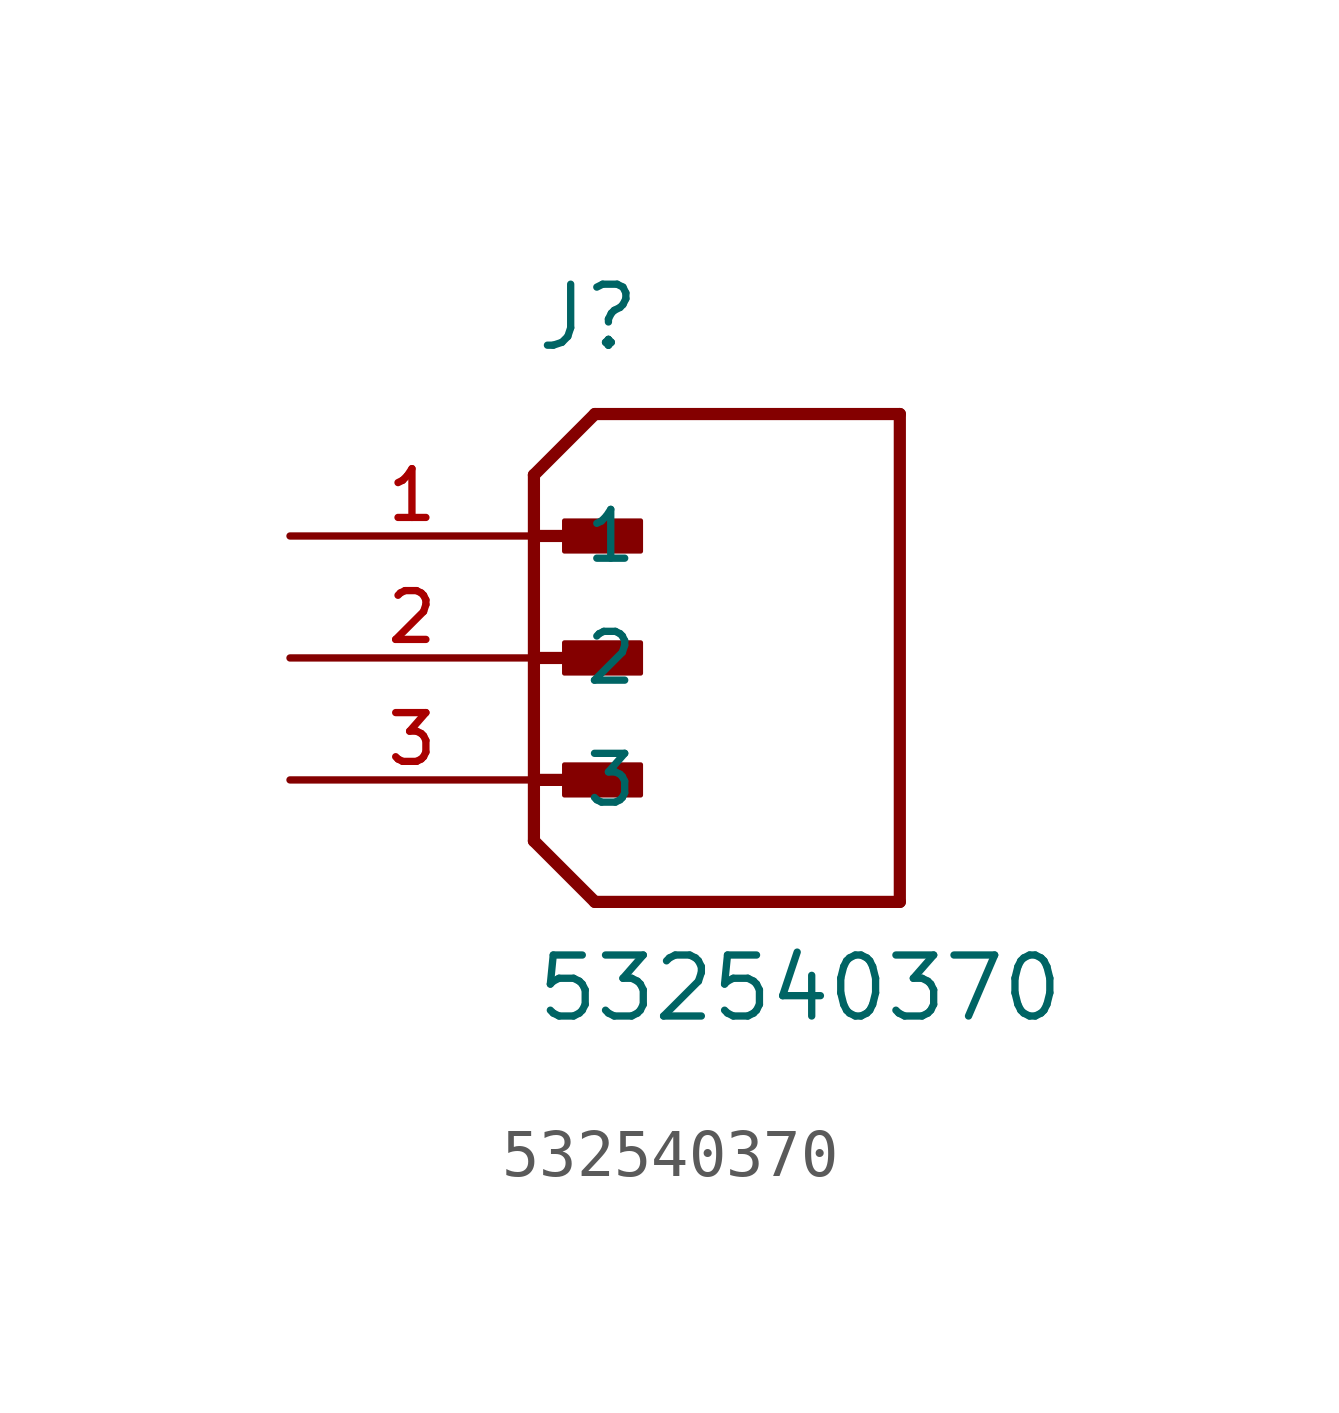
<source format=kicad_sym>
(kicad_symbol_lib
  (version 20211014)
  (generator kicad_symbol_editor)
  (symbol "532540370"
    (pin_names
      (offset 1.016))
    (property "Reference" "J"
      (at 0.0 6.35 0)
      (effects (font (size 1.27 1.27)) (justify bottom left)))
    (property "Value" "532540370"
      (at 0.0 -7.62 0)
      (effects (font (size 1.27 1.27)) (justify bottom left)))
    (symbol "532540370_0_0"
      (polyline (pts (xy 0.0 3.81) (xy 1.27 5.08)) (stroke (width 0.254)))
      (polyline (pts (xy 0.0 3.81) (xy 0.0 2.54)) (stroke (width 0.254)))
      (polyline (pts (xy 0.0 2.54) (xy 0.0 -3.81)) (stroke (width 0.254)))
      (polyline (pts (xy 0.0 -3.81) (xy 1.27 -5.08)) (stroke (width 0.254)))
      (polyline (pts (xy 1.27 -5.08) (xy 7.62 -5.08)) (stroke (width 0.254)))
      (polyline (pts (xy 7.62 -5.08) (xy 7.62 5.08)) (stroke (width 0.254)))
      (polyline (pts (xy 7.62 5.08) (xy 1.27 5.08)) (stroke (width 0.254)))
      (polyline (pts (xy 0.0 2.54) (xy 1.905 2.54)) (stroke (width 0.254)))
      (rectangle (start 0.635 2.223) (end 2.223 2.857) (stroke (width 0.1)) (fill (type outline)))
      (polyline (pts (xy 0.0 0.0) (xy 1.905 0.0)) (stroke (width 0.254)))
      (rectangle (start 0.635 -0.318) (end 2.223 0.318) (stroke (width 0.1)) (fill (type outline)))
      (polyline (pts (xy 0.0 -2.54) (xy 1.905 -2.54)) (stroke (width 0.254)))
      (rectangle (start 0.635 -2.857) (end 2.223 -2.223) (stroke (width 0.1)) (fill (type outline)))
      (pin passive line (at -5.08 2.54 0) (length 5.08) (name "1" (effects (font (size 1.016 1.016)))) (number "1" (effects (font (size 1.016 1.016)))))
      (pin passive line (at -5.08 0.0 0) (length 5.08) (name "2" (effects (font (size 1.016 1.016)))) (number "2" (effects (font (size 1.016 1.016)))))
      (pin passive line (at -5.08 -2.54 0) (length 5.08) (name "3" (effects (font (size 1.016 1.016)))) (number "3" (effects (font (size 1.016 1.016))))))))
</source>
